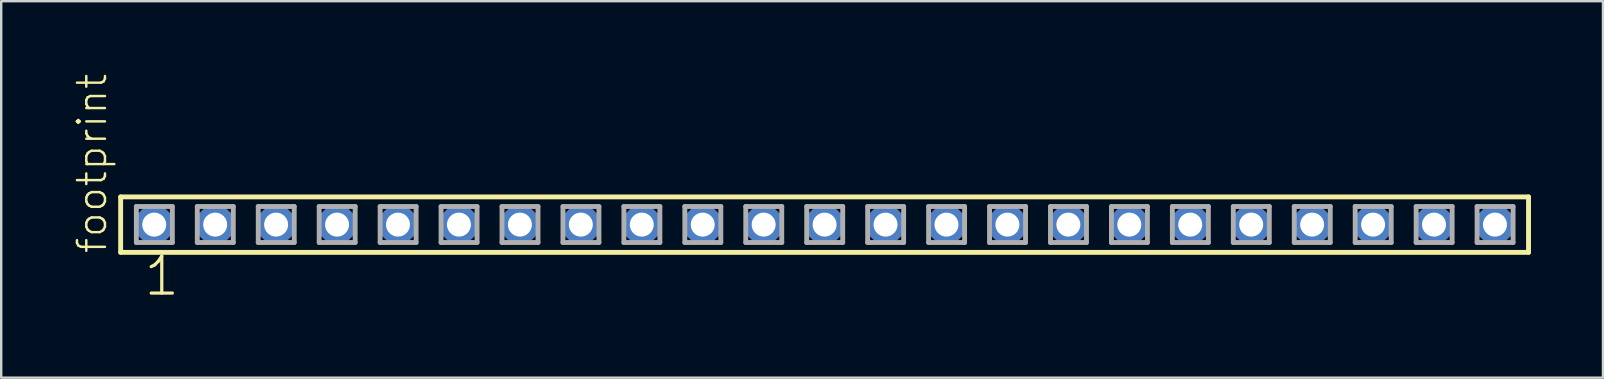
<source format=kicad_pcb>
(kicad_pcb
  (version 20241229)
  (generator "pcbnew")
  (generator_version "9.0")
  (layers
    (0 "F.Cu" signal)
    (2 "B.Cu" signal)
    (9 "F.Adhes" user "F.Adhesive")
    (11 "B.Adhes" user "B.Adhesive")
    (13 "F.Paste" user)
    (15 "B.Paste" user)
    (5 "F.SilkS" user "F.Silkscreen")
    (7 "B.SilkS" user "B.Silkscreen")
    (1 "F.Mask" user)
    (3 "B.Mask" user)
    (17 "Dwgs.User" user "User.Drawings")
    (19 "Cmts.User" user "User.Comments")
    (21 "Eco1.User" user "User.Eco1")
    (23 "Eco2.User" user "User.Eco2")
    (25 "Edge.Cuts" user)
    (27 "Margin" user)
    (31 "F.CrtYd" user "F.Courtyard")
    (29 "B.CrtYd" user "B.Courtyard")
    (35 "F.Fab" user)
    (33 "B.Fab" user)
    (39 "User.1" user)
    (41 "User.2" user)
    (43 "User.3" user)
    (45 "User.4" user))
  (footprint "footprint"
    (layer "F.Cu")
    (at 31.318 6.312)
    (property "Reference" "footprint" (at -29.845 1.27 90) (layer "F.SilkS") (effects (font (size 1.168 1.168) (thickness 0.102)) (justify left bottom)))
    (fp_line (start -29.339 -1.155) (end 29.339 -1.155) (stroke (width 0.203) (type solid)) (layer "F.SilkS"))
    (fp_line (start -29.339 1.155) (end -29.339 -1.155) (stroke (width 0.203) (type solid)) (layer "F.SilkS"))
    (fp_line (start 29.339 -1.155) (end 29.339 1.155) (stroke (width 0.203) (type solid)) (layer "F.SilkS"))
    (fp_line (start 29.339 1.155) (end -29.339 1.155) (stroke (width 0.203) (type solid)) (layer "F.SilkS"))
    (fp_line (start -28.685 -0.755) (end -27.185 -0.755) (stroke (width 0.203) (type solid)) (layer "F.Fab"))
    (fp_line (start -28.685 0.745) (end -28.685 -0.755) (stroke (width 0.203) (type solid)) (layer "F.Fab"))
    (fp_line (start -27.185 -0.755) (end -27.185 0.745) (stroke (width 0.203) (type solid)) (layer "F.Fab"))
    (fp_line (start -27.185 0.745) (end -28.685 0.745) (stroke (width 0.203) (type solid)) (layer "F.Fab"))
    (fp_line (start -26.145 -0.755) (end -24.645 -0.755) (stroke (width 0.203) (type solid)) (layer "F.Fab"))
    (fp_line (start -26.145 0.745) (end -26.145 -0.755) (stroke (width 0.203) (type solid)) (layer "F.Fab"))
    (fp_line (start -24.645 -0.755) (end -24.645 0.745) (stroke (width 0.203) (type solid)) (layer "F.Fab"))
    (fp_line (start -24.645 0.745) (end -26.145 0.745) (stroke (width 0.203) (type solid)) (layer "F.Fab"))
    (fp_line (start -23.605 -0.755) (end -22.105 -0.755) (stroke (width 0.203) (type solid)) (layer "F.Fab"))
    (fp_line (start -23.605 0.745) (end -23.605 -0.755) (stroke (width 0.203) (type solid)) (layer "F.Fab"))
    (fp_line (start -22.105 -0.755) (end -22.105 0.745) (stroke (width 0.203) (type solid)) (layer "F.Fab"))
    (fp_line (start -22.105 0.745) (end -23.605 0.745) (stroke (width 0.203) (type solid)) (layer "F.Fab"))
    (fp_line (start -21.065 -0.755) (end -19.565 -0.755) (stroke (width 0.203) (type solid)) (layer "F.Fab"))
    (fp_line (start -21.065 0.745) (end -21.065 -0.755) (stroke (width 0.203) (type solid)) (layer "F.Fab"))
    (fp_line (start -19.565 -0.755) (end -19.565 0.745) (stroke (width 0.203) (type solid)) (layer "F.Fab"))
    (fp_line (start -19.565 0.745) (end -21.065 0.745) (stroke (width 0.203) (type solid)) (layer "F.Fab"))
    (fp_line (start -18.525 -0.755) (end -17.025 -0.755) (stroke (width 0.203) (type solid)) (layer "F.Fab"))
    (fp_line (start -18.525 0.745) (end -18.525 -0.755) (stroke (width 0.203) (type solid)) (layer "F.Fab"))
    (fp_line (start -17.025 -0.755) (end -17.025 0.745) (stroke (width 0.203) (type solid)) (layer "F.Fab"))
    (fp_line (start -17.025 0.745) (end -18.525 0.745) (stroke (width 0.203) (type solid)) (layer "F.Fab"))
    (fp_line (start -15.985 -0.755) (end -14.485 -0.755) (stroke (width 0.203) (type solid)) (layer "F.Fab"))
    (fp_line (start -15.985 0.745) (end -15.985 -0.755) (stroke (width 0.203) (type solid)) (layer "F.Fab"))
    (fp_line (start -14.485 -0.755) (end -14.485 0.745) (stroke (width 0.203) (type solid)) (layer "F.Fab"))
    (fp_line (start -14.485 0.745) (end -15.985 0.745) (stroke (width 0.203) (type solid)) (layer "F.Fab"))
    (fp_line (start -13.445 -0.755) (end -11.945 -0.755) (stroke (width 0.203) (type solid)) (layer "F.Fab"))
    (fp_line (start -13.445 0.745) (end -13.445 -0.755) (stroke (width 0.203) (type solid)) (layer "F.Fab"))
    (fp_line (start -11.945 -0.755) (end -11.945 0.745) (stroke (width 0.203) (type solid)) (layer "F.Fab"))
    (fp_line (start -11.945 0.745) (end -13.445 0.745) (stroke (width 0.203) (type solid)) (layer "F.Fab"))
    (fp_line (start -10.905 -0.755) (end -9.405 -0.755) (stroke (width 0.203) (type solid)) (layer "F.Fab"))
    (fp_line (start -10.905 0.745) (end -10.905 -0.755) (stroke (width 0.203) (type solid)) (layer "F.Fab"))
    (fp_line (start -9.405 -0.755) (end -9.405 0.745) (stroke (width 0.203) (type solid)) (layer "F.Fab"))
    (fp_line (start -9.405 0.745) (end -10.905 0.745) (stroke (width 0.203) (type solid)) (layer "F.Fab"))
    (fp_line (start -8.365 -0.755) (end -6.865 -0.755) (stroke (width 0.203) (type solid)) (layer "F.Fab"))
    (fp_line (start -8.365 0.745) (end -8.365 -0.755) (stroke (width 0.203) (type solid)) (layer "F.Fab"))
    (fp_line (start -6.865 -0.755) (end -6.865 0.745) (stroke (width 0.203) (type solid)) (layer "F.Fab"))
    (fp_line (start -6.865 0.745) (end -8.365 0.745) (stroke (width 0.203) (type solid)) (layer "F.Fab"))
    (fp_line (start -5.825 -0.755) (end -4.325 -0.755) (stroke (width 0.203) (type solid)) (layer "F.Fab"))
    (fp_line (start -5.825 0.745) (end -5.825 -0.755) (stroke (width 0.203) (type solid)) (layer "F.Fab"))
    (fp_line (start -4.325 -0.755) (end -4.325 0.745) (stroke (width 0.203) (type solid)) (layer "F.Fab"))
    (fp_line (start -4.325 0.745) (end -5.825 0.745) (stroke (width 0.203) (type solid)) (layer "F.Fab"))
    (fp_line (start -3.285 -0.755) (end -1.785 -0.755) (stroke (width 0.203) (type solid)) (layer "F.Fab"))
    (fp_line (start -3.285 0.745) (end -3.285 -0.755) (stroke (width 0.203) (type solid)) (layer "F.Fab"))
    (fp_line (start -1.785 -0.755) (end -1.785 0.745) (stroke (width 0.203) (type solid)) (layer "F.Fab"))
    (fp_line (start -1.785 0.745) (end -3.285 0.745) (stroke (width 0.203) (type solid)) (layer "F.Fab"))
    (fp_line (start -0.745 -0.755) (end 0.755 -0.755) (stroke (width 0.203) (type solid)) (layer "F.Fab"))
    (fp_line (start -0.745 0.745) (end -0.745 -0.755) (stroke (width 0.203) (type solid)) (layer "F.Fab"))
    (fp_line (start 0.755 -0.755) (end 0.755 0.745) (stroke (width 0.203) (type solid)) (layer "F.Fab"))
    (fp_line (start 0.755 0.745) (end -0.745 0.745) (stroke (width 0.203) (type solid)) (layer "F.Fab"))
    (fp_line (start 1.795 -0.755) (end 3.295 -0.755) (stroke (width 0.203) (type solid)) (layer "F.Fab"))
    (fp_line (start 1.795 0.745) (end 1.795 -0.755) (stroke (width 0.203) (type solid)) (layer "F.Fab"))
    (fp_line (start 3.295 -0.755) (end 3.295 0.745) (stroke (width 0.203) (type solid)) (layer "F.Fab"))
    (fp_line (start 3.295 0.745) (end 1.795 0.745) (stroke (width 0.203) (type solid)) (layer "F.Fab"))
    (fp_line (start 4.335 -0.755) (end 5.835 -0.755) (stroke (width 0.203) (type solid)) (layer "F.Fab"))
    (fp_line (start 4.335 0.745) (end 4.335 -0.755) (stroke (width 0.203) (type solid)) (layer "F.Fab"))
    (fp_line (start 5.835 -0.755) (end 5.835 0.745) (stroke (width 0.203) (type solid)) (layer "F.Fab"))
    (fp_line (start 5.835 0.745) (end 4.335 0.745) (stroke (width 0.203) (type solid)) (layer "F.Fab"))
    (fp_line (start 6.875 -0.755) (end 8.375 -0.755) (stroke (width 0.203) (type solid)) (layer "F.Fab"))
    (fp_line (start 6.875 0.745) (end 6.875 -0.755) (stroke (width 0.203) (type solid)) (layer "F.Fab"))
    (fp_line (start 8.375 -0.755) (end 8.375 0.745) (stroke (width 0.203) (type solid)) (layer "F.Fab"))
    (fp_line (start 8.375 0.745) (end 6.875 0.745) (stroke (width 0.203) (type solid)) (layer "F.Fab"))
    (fp_line (start 9.415 -0.755) (end 10.915 -0.755) (stroke (width 0.203) (type solid)) (layer "F.Fab"))
    (fp_line (start 9.415 0.745) (end 9.415 -0.755) (stroke (width 0.203) (type solid)) (layer "F.Fab"))
    (fp_line (start 10.915 -0.755) (end 10.915 0.745) (stroke (width 0.203) (type solid)) (layer "F.Fab"))
    (fp_line (start 10.915 0.745) (end 9.415 0.745) (stroke (width 0.203) (type solid)) (layer "F.Fab"))
    (fp_line (start 11.955 -0.755) (end 13.455 -0.755) (stroke (width 0.203) (type solid)) (layer "F.Fab"))
    (fp_line (start 11.955 0.745) (end 11.955 -0.755) (stroke (width 0.203) (type solid)) (layer "F.Fab"))
    (fp_line (start 13.455 -0.755) (end 13.455 0.745) (stroke (width 0.203) (type solid)) (layer "F.Fab"))
    (fp_line (start 13.455 0.745) (end 11.955 0.745) (stroke (width 0.203) (type solid)) (layer "F.Fab"))
    (fp_line (start 14.495 -0.755) (end 15.995 -0.755) (stroke (width 0.203) (type solid)) (layer "F.Fab"))
    (fp_line (start 14.495 0.745) (end 14.495 -0.755) (stroke (width 0.203) (type solid)) (layer "F.Fab"))
    (fp_line (start 15.995 -0.755) (end 15.995 0.745) (stroke (width 0.203) (type solid)) (layer "F.Fab"))
    (fp_line (start 15.995 0.745) (end 14.495 0.745) (stroke (width 0.203) (type solid)) (layer "F.Fab"))
    (fp_line (start 17.035 -0.755) (end 18.535 -0.755) (stroke (width 0.203) (type solid)) (layer "F.Fab"))
    (fp_line (start 17.035 0.745) (end 17.035 -0.755) (stroke (width 0.203) (type solid)) (layer "F.Fab"))
    (fp_line (start 18.535 -0.755) (end 18.535 0.745) (stroke (width 0.203) (type solid)) (layer "F.Fab"))
    (fp_line (start 18.535 0.745) (end 17.035 0.745) (stroke (width 0.203) (type solid)) (layer "F.Fab"))
    (fp_line (start 19.575 -0.755) (end 21.075 -0.755) (stroke (width 0.203) (type solid)) (layer "F.Fab"))
    (fp_line (start 19.575 0.745) (end 19.575 -0.755) (stroke (width 0.203) (type solid)) (layer "F.Fab"))
    (fp_line (start 21.075 -0.755) (end 21.075 0.745) (stroke (width 0.203) (type solid)) (layer "F.Fab"))
    (fp_line (start 21.075 0.745) (end 19.575 0.745) (stroke (width 0.203) (type solid)) (layer "F.Fab"))
    (fp_line (start 22.115 -0.755) (end 23.615 -0.755) (stroke (width 0.203) (type solid)) (layer "F.Fab"))
    (fp_line (start 22.115 0.745) (end 22.115 -0.755) (stroke (width 0.203) (type solid)) (layer "F.Fab"))
    (fp_line (start 23.615 -0.755) (end 23.615 0.745) (stroke (width 0.203) (type solid)) (layer "F.Fab"))
    (fp_line (start 23.615 0.745) (end 22.115 0.745) (stroke (width 0.203) (type solid)) (layer "F.Fab"))
    (fp_line (start 24.655 -0.755) (end 26.155 -0.755) (stroke (width 0.203) (type solid)) (layer "F.Fab"))
    (fp_line (start 24.655 0.745) (end 24.655 -0.755) (stroke (width 0.203) (type solid)) (layer "F.Fab"))
    (fp_line (start 26.155 -0.755) (end 26.155 0.745) (stroke (width 0.203) (type solid)) (layer "F.Fab"))
    (fp_line (start 26.155 0.745) (end 24.655 0.745) (stroke (width 0.203) (type solid)) (layer "F.Fab"))
    (fp_line (start 27.195 -0.755) (end 28.695 -0.755) (stroke (width 0.203) (type solid)) (layer "F.Fab"))
    (fp_line (start 27.195 0.745) (end 27.195 -0.755) (stroke (width 0.203) (type solid)) (layer "F.Fab"))
    (fp_line (start 28.695 -0.755) (end 28.695 0.745) (stroke (width 0.203) (type solid)) (layer "F.Fab"))
    (fp_line (start 28.695 0.745) (end 27.195 0.745) (stroke (width 0.203) (type solid)) (layer "F.Fab"))
    (fp_text user "1" (at -28.448 3.048 0) (layer "F.SilkS") (effects (font (size 1.542 1.542) (thickness 0.134)) (justify left bottom)))
    (pad "1" thru_hole roundrect (at -27.94 0) (size 1.5 1.5) (drill 1) (layers "*.Cu" "*.Mask") (roundrect_rratio 0.25) (chamfer_ratio 0.25) (chamfer top_left top_right bottom_left bottom_right))
    (pad "2" thru_hole roundrect (at -25.4 0) (size 1.5 1.5) (drill 1) (layers "*.Cu" "*.Mask") (roundrect_rratio 0.25) (chamfer_ratio 0.25) (chamfer top_left top_right bottom_left bottom_right))
    (pad "3" thru_hole roundrect (at -22.86 0) (size 1.5 1.5) (drill 1) (layers "*.Cu" "*.Mask") (roundrect_rratio 0.25) (chamfer_ratio 0.25) (chamfer top_left top_right bottom_left bottom_right))
    (pad "4" thru_hole roundrect (at -20.32 0) (size 1.5 1.5) (drill 1) (layers "*.Cu" "*.Mask") (roundrect_rratio 0.25) (chamfer_ratio 0.25) (chamfer top_left top_right bottom_left bottom_right))
    (pad "5" thru_hole roundrect (at -17.78 0) (size 1.5 1.5) (drill 1) (layers "*.Cu" "*.Mask") (roundrect_rratio 0.25) (chamfer_ratio 0.25) (chamfer top_left top_right bottom_left bottom_right))
    (pad "6" thru_hole roundrect (at -15.24 0) (size 1.5 1.5) (drill 1) (layers "*.Cu" "*.Mask") (roundrect_rratio 0.25) (chamfer_ratio 0.25) (chamfer top_left top_right bottom_left bottom_right))
    (pad "7" thru_hole roundrect (at -12.7 0) (size 1.5 1.5) (drill 1) (layers "*.Cu" "*.Mask") (roundrect_rratio 0.25) (chamfer_ratio 0.25) (chamfer top_left top_right bottom_left bottom_right))
    (pad "8" thru_hole roundrect (at -10.16 0) (size 1.5 1.5) (drill 1) (layers "*.Cu" "*.Mask") (roundrect_rratio 0.25) (chamfer_ratio 0.25) (chamfer top_left top_right bottom_left bottom_right))
    (pad "9" thru_hole roundrect (at -7.62 0) (size 1.5 1.5) (drill 1) (layers "*.Cu" "*.Mask") (roundrect_rratio 0.25) (chamfer_ratio 0.25) (chamfer top_left top_right bottom_left bottom_right))
    (pad "10" thru_hole roundrect (at -5.08 0) (size 1.5 1.5) (drill 1) (layers "*.Cu" "*.Mask") (roundrect_rratio 0.25) (chamfer_ratio 0.25) (chamfer top_left top_right bottom_left bottom_right))
    (pad "11" thru_hole roundrect (at -2.54 0) (size 1.5 1.5) (drill 1) (layers "*.Cu" "*.Mask") (roundrect_rratio 0.25) (chamfer_ratio 0.25) (chamfer top_left top_right bottom_left bottom_right))
    (pad "12" thru_hole roundrect (at 0 0) (size 1.5 1.5) (drill 1) (layers "*.Cu" "*.Mask") (roundrect_rratio 0.25) (chamfer_ratio 0.25) (chamfer top_left top_right bottom_left bottom_right))
    (pad "13" thru_hole roundrect (at 2.54 0) (size 1.5 1.5) (drill 1) (layers "*.Cu" "*.Mask") (roundrect_rratio 0.25) (chamfer_ratio 0.25) (chamfer top_left top_right bottom_left bottom_right))
    (pad "14" thru_hole roundrect (at 5.08 0) (size 1.5 1.5) (drill 1) (layers "*.Cu" "*.Mask") (roundrect_rratio 0.25) (chamfer_ratio 0.25) (chamfer top_left top_right bottom_left bottom_right))
    (pad "15" thru_hole roundrect (at 7.62 0) (size 1.5 1.5) (drill 1) (layers "*.Cu" "*.Mask") (roundrect_rratio 0.25) (chamfer_ratio 0.25) (chamfer top_left top_right bottom_left bottom_right))
    (pad "16" thru_hole roundrect (at 10.16 0) (size 1.5 1.5) (drill 1) (layers "*.Cu" "*.Mask") (roundrect_rratio 0.25) (chamfer_ratio 0.25) (chamfer top_left top_right bottom_left bottom_right))
    (pad "17" thru_hole roundrect (at 12.7 0) (size 1.5 1.5) (drill 1) (layers "*.Cu" "*.Mask") (roundrect_rratio 0.25) (chamfer_ratio 0.25) (chamfer top_left top_right bottom_left bottom_right))
    (pad "18" thru_hole roundrect (at 15.24 0) (size 1.5 1.5) (drill 1) (layers "*.Cu" "*.Mask") (roundrect_rratio 0.25) (chamfer_ratio 0.25) (chamfer top_left top_right bottom_left bottom_right))
    (pad "19" thru_hole roundrect (at 17.78 0) (size 1.5 1.5) (drill 1) (layers "*.Cu" "*.Mask") (roundrect_rratio 0.25) (chamfer_ratio 0.25) (chamfer top_left top_right bottom_left bottom_right))
    (pad "20" thru_hole roundrect (at 20.32 0) (size 1.5 1.5) (drill 1) (layers "*.Cu" "*.Mask") (roundrect_rratio 0.25) (chamfer_ratio 0.25) (chamfer top_left top_right bottom_left bottom_right))
    (pad "21" thru_hole roundrect (at 22.86 0) (size 1.5 1.5) (drill 1) (layers "*.Cu" "*.Mask") (roundrect_rratio 0.25) (chamfer_ratio 0.25) (chamfer top_left top_right bottom_left bottom_right))
    (pad "22" thru_hole roundrect (at 25.4 0) (size 1.5 1.5) (drill 1) (layers "*.Cu" "*.Mask") (roundrect_rratio 0.25) (chamfer_ratio 0.25) (chamfer top_left top_right bottom_left bottom_right))
    (pad "23" thru_hole roundrect (at 27.94 0) (size 1.5 1.5) (drill 1) (layers "*.Cu" "*.Mask") (roundrect_rratio 0.25) (chamfer_ratio 0.25) (chamfer top_left top_right bottom_left bottom_right)))
  (gr_rect
    (start -3 -3)
    (end 63.759 12.691)
    (stroke (width 0.1) (type default))
    (fill no)
    (layer "Edge.Cuts")))
</source>
